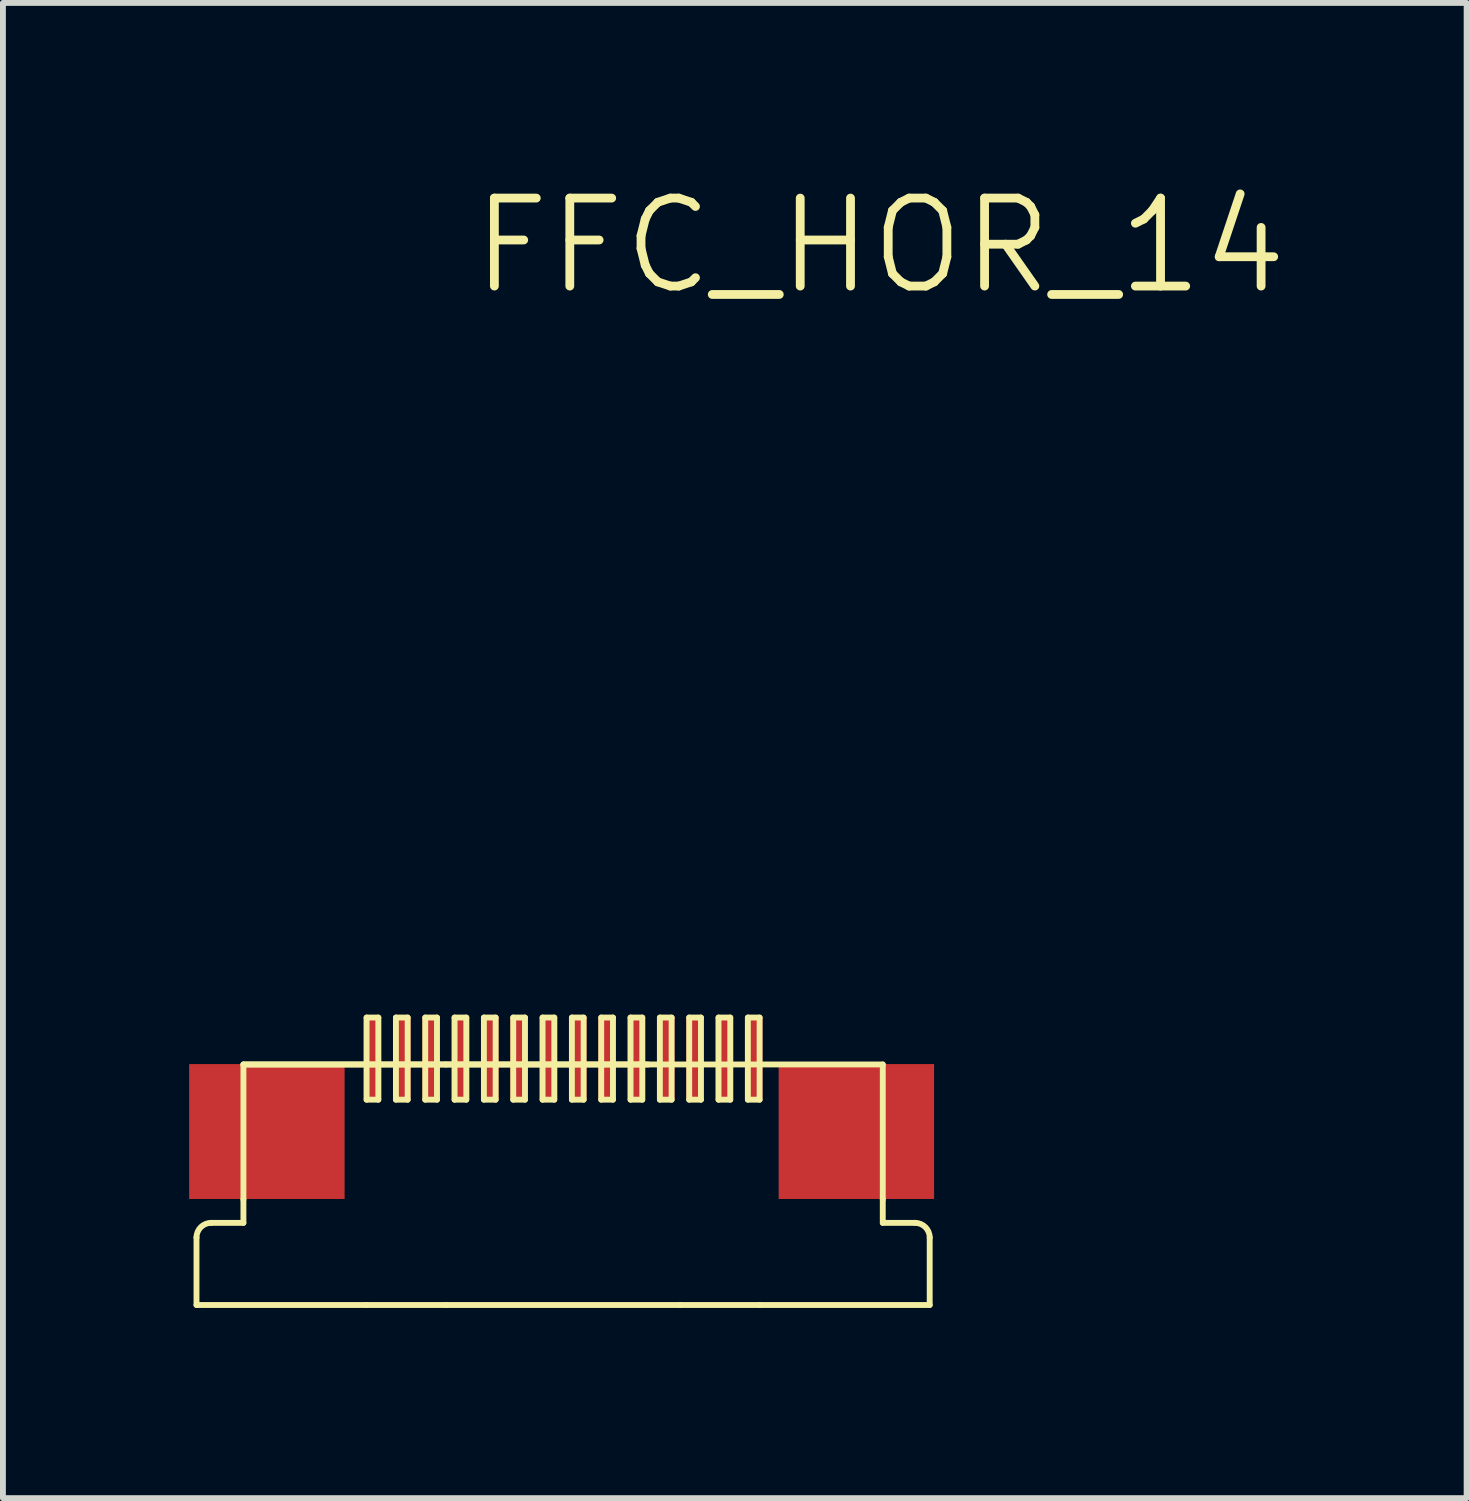
<source format=kicad_pcb>
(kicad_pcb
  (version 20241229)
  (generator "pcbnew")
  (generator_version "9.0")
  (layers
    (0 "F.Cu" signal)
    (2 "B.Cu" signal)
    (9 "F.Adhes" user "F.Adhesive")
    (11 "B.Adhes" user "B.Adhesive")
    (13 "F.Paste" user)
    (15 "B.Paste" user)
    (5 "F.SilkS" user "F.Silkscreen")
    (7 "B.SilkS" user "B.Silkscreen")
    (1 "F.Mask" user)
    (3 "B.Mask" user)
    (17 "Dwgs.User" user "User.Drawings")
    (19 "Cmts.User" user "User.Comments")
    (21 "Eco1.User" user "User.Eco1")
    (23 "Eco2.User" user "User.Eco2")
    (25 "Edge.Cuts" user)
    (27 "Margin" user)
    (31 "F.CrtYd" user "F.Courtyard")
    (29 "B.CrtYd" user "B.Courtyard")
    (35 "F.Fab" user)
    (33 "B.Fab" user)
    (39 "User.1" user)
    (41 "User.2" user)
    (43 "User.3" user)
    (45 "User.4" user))
  (footprint "FFC_HOR_14"
    (layer "F.Cu")
    (at 0.25 19.241)
    (property "Reference" "FFC_HOR_14" (at 11.7 -18.1 0) (layer "F.SilkS") (effects (font (size 1.5 1.5) (thickness 0.15))))
    (attr through_hole)
    (fp_line (start 0.05 -1.193) (end 0.05 -0.043) (stroke (width 0.1) (type solid)) (layer "F.SilkS"))
    (fp_line (start 0.3 -1.443) (end 0.85 -1.443) (stroke (width 0.1) (type solid)) (layer "F.SilkS"))
    (fp_line (start 0.85 -4.143) (end 4.3 -4.143) (stroke (width 0.1) (type solid)) (layer "F.SilkS"))
    (fp_line (start 0.85 -4.143) (end 11.75 -4.143) (stroke (width 0.1) (type solid)) (layer "F.SilkS"))
    (fp_line (start 0.85 -1.843) (end 0.85 -4.143) (stroke (width 0.1) (type solid)) (layer "F.SilkS"))
    (fp_line (start 0.85 -1.843) (end 0.85 -1.443) (stroke (width 0.1) (type solid)) (layer "F.SilkS"))
    (fp_line (start 2.95 -4.943) (end 2.95 -3.543) (stroke (width 0.1) (type solid)) (layer "F.SilkS"))
    (fp_line (start 2.95 -3.543) (end 3.15 -3.543) (stroke (width 0.1) (type solid)) (layer "F.SilkS"))
    (fp_line (start 2.95 -0.043) (end 0.05 -0.043) (stroke (width 0.1) (type solid)) (layer "F.SilkS"))
    (fp_line (start 2.95 -0.043) (end 4.3 -0.043) (stroke (width 0.1) (type solid)) (layer "F.SilkS"))
    (fp_line (start 3.15 -4.943) (end 2.95 -4.943) (stroke (width 0.1) (type solid)) (layer "F.SilkS"))
    (fp_line (start 3.15 -3.543) (end 3.15 -4.943) (stroke (width 0.1) (type solid)) (layer "F.SilkS"))
    (fp_line (start 3.45 -4.943) (end 3.45 -3.543) (stroke (width 0.1) (type solid)) (layer "F.SilkS"))
    (fp_line (start 3.45 -3.543) (end 3.65 -3.543) (stroke (width 0.1) (type solid)) (layer "F.SilkS"))
    (fp_line (start 3.65 -4.943) (end 3.45 -4.943) (stroke (width 0.1) (type solid)) (layer "F.SilkS"))
    (fp_line (start 3.65 -3.543) (end 3.65 -4.943) (stroke (width 0.1) (type solid)) (layer "F.SilkS"))
    (fp_line (start 3.95 -4.943) (end 3.95 -3.543) (stroke (width 0.1) (type solid)) (layer "F.SilkS"))
    (fp_line (start 3.95 -3.543) (end 4.15 -3.543) (stroke (width 0.1) (type solid)) (layer "F.SilkS"))
    (fp_line (start 4.15 -4.943) (end 3.95 -4.943) (stroke (width 0.1) (type solid)) (layer "F.SilkS"))
    (fp_line (start 4.15 -3.543) (end 4.15 -4.943) (stroke (width 0.1) (type solid)) (layer "F.SilkS"))
    (fp_line (start 4.3 -0.043) (end 8.3 -0.043) (stroke (width 0.1) (type solid)) (layer "F.SilkS"))
    (fp_line (start 4.45 -4.943) (end 4.45 -3.543) (stroke (width 0.1) (type solid)) (layer "F.SilkS"))
    (fp_line (start 4.45 -3.543) (end 4.65 -3.543) (stroke (width 0.1) (type solid)) (layer "F.SilkS"))
    (fp_line (start 4.65 -4.943) (end 4.45 -4.943) (stroke (width 0.1) (type solid)) (layer "F.SilkS"))
    (fp_line (start 4.65 -3.543) (end 4.65 -4.943) (stroke (width 0.1) (type solid)) (layer "F.SilkS"))
    (fp_line (start 4.95 -4.943) (end 4.95 -3.543) (stroke (width 0.1) (type solid)) (layer "F.SilkS"))
    (fp_line (start 4.95 -3.543) (end 5.15 -3.543) (stroke (width 0.1) (type solid)) (layer "F.SilkS"))
    (fp_line (start 5.15 -4.943) (end 4.95 -4.943) (stroke (width 0.1) (type solid)) (layer "F.SilkS"))
    (fp_line (start 5.15 -3.543) (end 5.15 -4.943) (stroke (width 0.1) (type solid)) (layer "F.SilkS"))
    (fp_line (start 5.45 -4.943) (end 5.45 -3.543) (stroke (width 0.1) (type solid)) (layer "F.SilkS"))
    (fp_line (start 5.45 -3.543) (end 5.65 -3.543) (stroke (width 0.1) (type solid)) (layer "F.SilkS"))
    (fp_line (start 5.65 -4.943) (end 5.45 -4.943) (stroke (width 0.1) (type solid)) (layer "F.SilkS"))
    (fp_line (start 5.65 -3.543) (end 5.65 -4.943) (stroke (width 0.1) (type solid)) (layer "F.SilkS"))
    (fp_line (start 5.95 -4.943) (end 5.95 -3.543) (stroke (width 0.1) (type solid)) (layer "F.SilkS"))
    (fp_line (start 5.95 -3.543) (end 6.15 -3.543) (stroke (width 0.1) (type solid)) (layer "F.SilkS"))
    (fp_line (start 6.15 -4.943) (end 5.95 -4.943) (stroke (width 0.1) (type solid)) (layer "F.SilkS"))
    (fp_line (start 6.15 -3.543) (end 6.15 -4.943) (stroke (width 0.1) (type solid)) (layer "F.SilkS"))
    (fp_line (start 6.45 -4.943) (end 6.45 -3.543) (stroke (width 0.1) (type solid)) (layer "F.SilkS"))
    (fp_line (start 6.45 -3.543) (end 6.65 -3.543) (stroke (width 0.1) (type solid)) (layer "F.SilkS"))
    (fp_line (start 6.65 -4.943) (end 6.45 -4.943) (stroke (width 0.1) (type solid)) (layer "F.SilkS"))
    (fp_line (start 6.65 -3.543) (end 6.65 -4.943) (stroke (width 0.1) (type solid)) (layer "F.SilkS"))
    (fp_line (start 6.95 -4.943) (end 6.95 -3.543) (stroke (width 0.1) (type solid)) (layer "F.SilkS"))
    (fp_line (start 6.95 -3.543) (end 7.15 -3.543) (stroke (width 0.1) (type solid)) (layer "F.SilkS"))
    (fp_line (start 7.15 -4.943) (end 6.95 -4.943) (stroke (width 0.1) (type solid)) (layer "F.SilkS"))
    (fp_line (start 7.15 -3.543) (end 7.15 -4.943) (stroke (width 0.1) (type solid)) (layer "F.SilkS"))
    (fp_line (start 7.45 -4.943) (end 7.45 -3.543) (stroke (width 0.1) (type solid)) (layer "F.SilkS"))
    (fp_line (start 7.45 -3.543) (end 7.65 -3.543) (stroke (width 0.1) (type solid)) (layer "F.SilkS"))
    (fp_line (start 7.65 -4.943) (end 7.45 -4.943) (stroke (width 0.1) (type solid)) (layer "F.SilkS"))
    (fp_line (start 7.65 -3.543) (end 7.65 -4.943) (stroke (width 0.1) (type solid)) (layer "F.SilkS"))
    (fp_line (start 7.75 -4.143) (end 4.3 -4.143) (stroke (width 0.1) (type solid)) (layer "F.SilkS"))
    (fp_line (start 7.95 -4.943) (end 7.95 -3.543) (stroke (width 0.1) (type solid)) (layer "F.SilkS"))
    (fp_line (start 7.95 -3.543) (end 8.15 -3.543) (stroke (width 0.1) (type solid)) (layer "F.SilkS"))
    (fp_line (start 8.15 -4.943) (end 7.95 -4.943) (stroke (width 0.1) (type solid)) (layer "F.SilkS"))
    (fp_line (start 8.15 -3.543) (end 8.15 -4.943) (stroke (width 0.1) (type solid)) (layer "F.SilkS"))
    (fp_line (start 8.45 -4.943) (end 8.45 -3.543) (stroke (width 0.1) (type solid)) (layer "F.SilkS"))
    (fp_line (start 8.45 -3.543) (end 8.65 -3.543) (stroke (width 0.1) (type solid)) (layer "F.SilkS"))
    (fp_line (start 8.65 -4.943) (end 8.45 -4.943) (stroke (width 0.1) (type solid)) (layer "F.SilkS"))
    (fp_line (start 8.65 -3.543) (end 8.65 -4.943) (stroke (width 0.1) (type solid)) (layer "F.SilkS"))
    (fp_line (start 8.95 -4.943) (end 8.95 -3.543) (stroke (width 0.1) (type solid)) (layer "F.SilkS"))
    (fp_line (start 8.95 -3.543) (end 9.15 -3.543) (stroke (width 0.1) (type solid)) (layer "F.SilkS"))
    (fp_line (start 9.15 -4.943) (end 8.95 -4.943) (stroke (width 0.1) (type solid)) (layer "F.SilkS"))
    (fp_line (start 9.15 -3.543) (end 9.15 -4.943) (stroke (width 0.1) (type solid)) (layer "F.SilkS"))
    (fp_line (start 9.45 -4.943) (end 9.45 -3.543) (stroke (width 0.1) (type solid)) (layer "F.SilkS"))
    (fp_line (start 9.45 -3.543) (end 9.65 -3.543) (stroke (width 0.1) (type solid)) (layer "F.SilkS"))
    (fp_line (start 9.65 -4.943) (end 9.45 -4.943) (stroke (width 0.1) (type solid)) (layer "F.SilkS"))
    (fp_line (start 9.65 -3.543) (end 9.65 -4.943) (stroke (width 0.1) (type solid)) (layer "F.SilkS"))
    (fp_line (start 9.65 -0.043) (end 8.3 -0.043) (stroke (width 0.1) (type solid)) (layer "F.SilkS"))
    (fp_line (start 9.65 -0.043) (end 12.55 -0.043) (stroke (width 0.1) (type solid)) (layer "F.SilkS"))
    (fp_line (start 11.75 -1.843) (end 11.75 -4.143) (stroke (width 0.1) (type solid)) (layer "F.SilkS"))
    (fp_line (start 11.75 -1.843) (end 11.75 -1.443) (stroke (width 0.1) (type solid)) (layer "F.SilkS"))
    (fp_line (start 12.3 -1.443) (end 11.75 -1.443) (stroke (width 0.1) (type solid)) (layer "F.SilkS"))
    (fp_line (start 12.55 -1.193) (end 12.55 -0.043) (stroke (width 0.1) (type solid)) (layer "F.SilkS"))
    (fp_arc (start 0.05 -1.1928) (mid 0.123223 -1.369577) (end 0.3 -1.4428) (stroke (width 0.1) (type solid)) (layer "F.SilkS"))
    (fp_arc (start 12.3 -1.4428) (mid 12.476777 -1.369577) (end 12.55 -1.1928) (stroke (width 0.1) (type solid)) (layer "F.SilkS"))
    (pad "" smd rect (at 1.25 -3) (size 2.65 2.3) (layers "F.Cu" "F.Mask" "F.Paste"))
    (pad "" smd rect (at 11.3 -3) (size 2.65 2.3) (layers "F.Cu" "F.Mask" "F.Paste"))
    (pad "1" smd rect (at 3.05 -4.25) (size 0.3 1.4) (layers "F.Cu" "F.Mask" "F.Paste"))
    (pad "2" smd rect (at 3.55 -4.25) (size 0.3 1.4) (layers "F.Cu" "F.Mask" "F.Paste"))
    (pad "3" smd rect (at 4.05 -4.25) (size 0.3 1.4) (layers "F.Cu" "F.Mask" "F.Paste"))
    (pad "4" smd rect (at 4.55 -4.25) (size 0.3 1.4) (layers "F.Cu" "F.Mask" "F.Paste"))
    (pad "5" smd rect (at 5.05 -4.25) (size 0.3 1.4) (layers "F.Cu" "F.Mask" "F.Paste"))
    (pad "6" smd rect (at 5.55 -4.25) (size 0.3 1.4) (layers "F.Cu" "F.Mask" "F.Paste"))
    (pad "7" smd rect (at 6.05 -4.25) (size 0.3 1.4) (layers "F.Cu" "F.Mask" "F.Paste"))
    (pad "8" smd rect (at 6.55 -4.25) (size 0.3 1.4) (layers "F.Cu" "F.Mask" "F.Paste"))
    (pad "9" smd rect (at 7.05 -4.25) (size 0.3 1.4) (layers "F.Cu" "F.Mask" "F.Paste"))
    (pad "10" smd rect (at 7.55 -4.25) (size 0.3 1.4) (layers "F.Cu" "F.Mask" "F.Paste"))
    (pad "11" smd rect (at 8.05 -4.25) (size 0.3 1.4) (layers "F.Cu" "F.Mask" "F.Paste"))
    (pad "12" smd rect (at 8.55 -4.25) (size 0.3 1.4) (layers "F.Cu" "F.Mask" "F.Paste"))
    (pad "13" smd rect (at 9.05 -4.25) (size 0.3 1.4) (layers "F.Cu" "F.Mask" "F.Paste"))
    (pad "14" smd rect (at 9.55 -4.25) (size 0.3 1.4) (layers "F.Cu" "F.Mask" "F.Paste")))
  (gr_rect
    (start -3 -3)
    (end 21.954 22.491)
    (stroke (width 0.1) (type default))
    (fill no)
    (layer "Edge.Cuts")))
</source>
